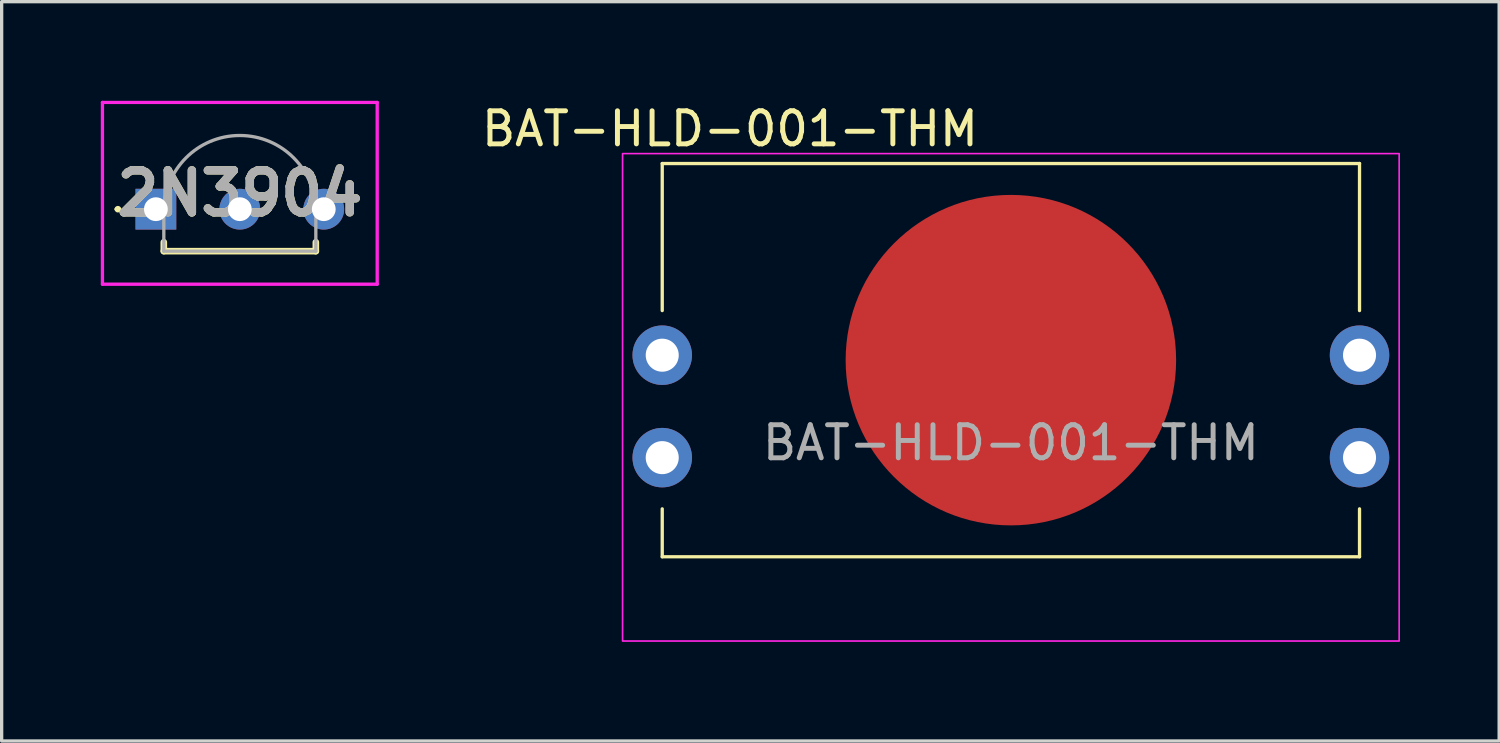
<source format=kicad_pcb>
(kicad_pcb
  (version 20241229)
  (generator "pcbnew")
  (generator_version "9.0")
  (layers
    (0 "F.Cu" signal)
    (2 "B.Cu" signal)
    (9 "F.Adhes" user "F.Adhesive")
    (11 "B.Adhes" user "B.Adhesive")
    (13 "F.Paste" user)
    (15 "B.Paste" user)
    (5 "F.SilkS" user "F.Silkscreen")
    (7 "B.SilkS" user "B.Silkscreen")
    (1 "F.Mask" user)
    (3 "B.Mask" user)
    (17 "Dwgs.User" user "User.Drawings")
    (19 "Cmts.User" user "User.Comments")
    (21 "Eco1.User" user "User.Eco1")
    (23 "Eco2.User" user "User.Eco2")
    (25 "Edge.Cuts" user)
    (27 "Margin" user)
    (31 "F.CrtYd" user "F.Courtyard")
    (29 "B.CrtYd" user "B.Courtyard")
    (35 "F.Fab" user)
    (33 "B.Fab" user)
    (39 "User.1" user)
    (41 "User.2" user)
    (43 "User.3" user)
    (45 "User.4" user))
  (footprint "2N3904"
    (layer "F.Cu")
    (at 1.667 3.28)
    (property "Reference" "2N3904" (at 2.54 -0.48 0) (layer "F.SilkS") (effects (font (size 1.27 1.27) (thickness 0.254))))
    (attr through_hole)
    (fp_line (start -1.2 0) (end -1.2 0) (stroke (width 0.1) (type solid)) (layer "F.SilkS"))
    (fp_line (start -1.1 0) (end -1.1 0) (stroke (width 0.1) (type solid)) (layer "F.SilkS"))
    (fp_line (start 0.24 1) (end 0.24 1.27) (stroke (width 0.2) (type solid)) (layer "F.SilkS"))
    (fp_line (start 0.24 1.27) (end 4.84 1.27) (stroke (width 0.2) (type solid)) (layer "F.SilkS"))
    (fp_line (start 4.84 1.27) (end 4.84 1) (stroke (width 0.2) (type solid)) (layer "F.SilkS"))
    (fp_arc (start -1.2 0) (mid -1.15 -0.05) (end -1.1 0) (stroke (width 0.1) (type solid)) (layer "F.SilkS"))
    (fp_arc (start -1.1 0) (mid -1.15 0.05) (end -1.2 0) (stroke (width 0.1) (type solid)) (layer "F.SilkS"))
    (fp_line (start -1.617 -3.23) (end 6.697 -3.23) (stroke (width 0.1) (type solid)) (layer "F.CrtYd"))
    (fp_line (start -1.617 2.27) (end -1.617 -3.23) (stroke (width 0.1) (type solid)) (layer "F.CrtYd"))
    (fp_line (start 6.697 -3.23) (end 6.697 2.27) (stroke (width 0.1) (type solid)) (layer "F.CrtYd"))
    (fp_line (start 6.697 2.27) (end -1.617 2.27) (stroke (width 0.1) (type solid)) (layer "F.CrtYd"))
    (fp_line (start 0.24 0.07) (end 0.24 1.27) (stroke (width 0.1) (type solid)) (layer "F.Fab"))
    (fp_line (start 0.24 1.27) (end 4.84 1.27) (stroke (width 0.1) (type solid)) (layer "F.Fab"))
    (fp_line (start 4.84 0.07) (end 4.84 0.07) (stroke (width 0.1) (type solid)) (layer "F.Fab"))
    (fp_line (start 4.84 1.27) (end 4.84 0.07) (stroke (width 0.1) (type solid)) (layer "F.Fab"))
    (fp_arc (start 0.24 0.07) (mid 2.54 -2.23) (end 4.84 0.07) (stroke (width 0.1) (type solid)) (layer "F.Fab"))
    (fp_text user "${REFERENCE}" (at 2.54 -0.48 0) (layer "F.Fab") (effects (font (size 1.27 1.27) (thickness 0.254))))
    (pad "1" thru_hole rect (at 0 0) (size 1.234 1.234) (drill 0.72) (layers "*.Cu" "*.Mask"))
    (pad "2" thru_hole circle (at 2.54 0) (size 1.234 1.234) (drill 0.72) (layers "*.Cu" "*.Mask"))
    (pad "3" thru_hole circle (at 5.08 0) (size 1.234 1.234) (drill 0.72) (layers "*.Cu" "*.Mask")))
  (footprint "BAT-HLD-001-THM"
    (layer "F.Cu")
    (at 27.539 7.848)
    (property "Reference" "BAT-HLD-001-THM" (at -8.5 -7 0) (unlocked yes) (layer "F.SilkS") (effects (font (size 1 1) (thickness 0.15))))
    (attr through_hole)
    (fp_line (start -10.55 -5.95) (end -10.55 -1.5) (stroke (width 0.1) (type default)) (layer "F.SilkS"))
    (fp_line (start -10.55 -5.95) (end 10.55 -5.95) (stroke (width 0.1) (type default)) (layer "F.SilkS"))
    (fp_line (start -10.55 4.5) (end -10.55 5.95) (stroke (width 0.1) (type default)) (layer "F.SilkS"))
    (fp_line (start -10.55 5.95) (end 10.55 5.95) (stroke (width 0.1) (type default)) (layer "F.SilkS"))
    (fp_line (start 10.55 -5.95) (end 10.55 -1.5) (stroke (width 0.1) (type default)) (layer "F.SilkS"))
    (fp_line (start 10.55 4.5) (end 10.55 5.95) (stroke (width 0.1) (type default)) (layer "F.SilkS"))
    (fp_rect (start -11.75 -6.25) (end 11.75 8.5) (stroke (width 0.05) (type default)) (fill no) (layer "F.CrtYd"))
    (fp_text user "${REFERENCE}" (at 0 2.5 0) (unlocked yes) (layer "F.Fab") (effects (font (size 1 1) (thickness 0.15))))
    (pad "1" smd circle (at 0 0) (size 10 10) (layers "F.Cu" "F.Mask" "F.Paste"))
    (pad "2" thru_hole circle (at -10.55 -0.15) (size 1.8 1.8) (drill 1) (layers "*.Cu" "*.Mask"))
    (pad "3" thru_hole circle (at -10.55 2.95) (size 1.8 1.8) (drill 1) (layers "*.Cu" "*.Mask"))
    (pad "4" thru_hole circle (at 10.55 -0.15) (size 1.8 1.8) (drill 1) (layers "*.Cu" "*.Mask"))
    (pad "5" thru_hole circle (at 10.55 2.95) (size 1.8 1.8) (drill 1) (layers "*.Cu" "*.Mask")))
  (gr_rect
    (start -3 -3)
    (end 42.314 19.373)
    (stroke (width 0.1) (type default))
    (fill no)
    (layer "Edge.Cuts")))
</source>
